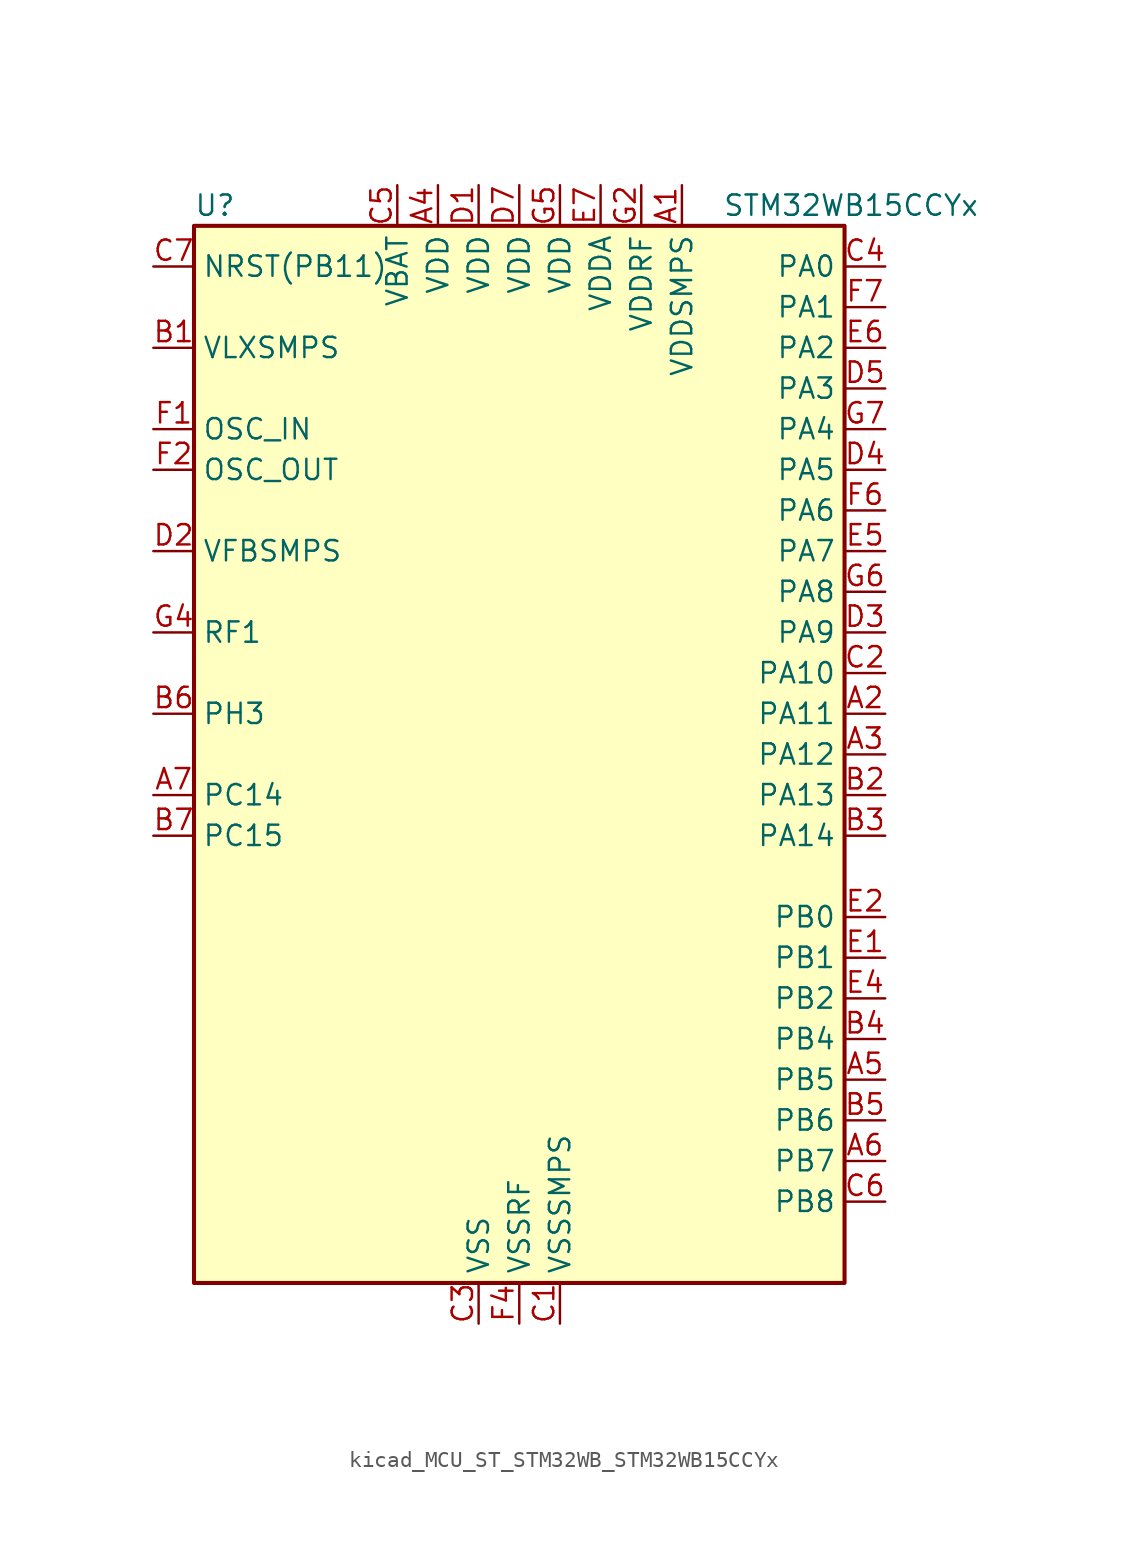
<source format=kicad_sym>
(kicad_symbol_lib
  (version 20220914)
  (generator kicad_symbol_editor)
  (symbol "kicad_MCU_ST_STM32WB_STM32WB15CCYx"
    (property "Reference" "U"
      (at -20.32 34.29 0)
      (effects (font (size 1.27 1.27)) (justify left)))
    (property "Value" "STM32WB15CCYx"
      (at 12.7 34.29 0)
      (effects (font (size 1.27 1.27)) (justify left)))
    (property "ki_locked" ""
      (at 0 0 0)
      (effects (font (size 1.27 1.27))))
    (symbol "kicad_MCU_ST_STM32WB_STM32WB15CCYx_0_1"
      (rectangle (start -20.32 -33.02) (end 20.32 33.02) (stroke (width 0.254) (type default)) (fill (type background))))
    (symbol "kicad_MCU_ST_STM32WB_STM32WB15CCYx_1_1"
      (pin power_in line (at 10.16 35.56 270) (length 2.54) (name "VDDSMPS" (effects (font (size 1.27 1.27)))) (number "A1" (effects (font (size 1.27 1.27)))))
      (pin bidirectional line (at 22.86 2.54 180) (length 2.54) (name "PA11" (effects (font (size 1.27 1.27)))) (number "A2" (effects (font (size 1.27 1.27)))) (alternate "ADC1_EXTI11" bidirectional line) (alternate "SPI1_MISO" bidirectional line) (alternate "TIM1_BKIN2" bidirectional line) (alternate "TIM1_CH4" bidirectional line) (alternate "USART1_CTS" bidirectional line) (alternate "USART1_NSS" bidirectional line))
      (pin bidirectional line (at 22.86 0 180) (length 2.54) (name "PA12" (effects (font (size 1.27 1.27)))) (number "A3" (effects (font (size 1.27 1.27)))) (alternate "LPUART1_RX" bidirectional line) (alternate "SPI1_MOSI" bidirectional line) (alternate "TIM1_ETR" bidirectional line) (alternate "USART1_DE" bidirectional line) (alternate "USART1_RTS" bidirectional line))
      (pin power_in line (at -5.08 35.56 270) (length 2.54) (name "VDD" (effects (font (size 1.27 1.27)))) (number "A4" (effects (font (size 1.27 1.27)))))
      (pin bidirectional line (at 22.86 -20.32 180) (length 2.54) (name "PB5" (effects (font (size 1.27 1.27)))) (number "A5" (effects (font (size 1.27 1.27)))) (alternate "I2C1_SMBA" bidirectional line) (alternate "LPTIM1_IN1" bidirectional line) (alternate "LPUART1_TX" bidirectional line) (alternate "SPI1_MOSI" bidirectional line) (alternate "TSC_G2_IO2" bidirectional line) (alternate "USART1_CK" bidirectional line))
      (pin bidirectional line (at 22.86 -25.4 180) (length 2.54) (name "PB7" (effects (font (size 1.27 1.27)))) (number "A6" (effects (font (size 1.27 1.27)))) (alternate "I2C1_SDA" bidirectional line) (alternate "LPTIM1_IN2" bidirectional line) (alternate "SYS_PVD_IN" bidirectional line) (alternate "TIM1_BKIN" bidirectional line) (alternate "TIM1_CH3" bidirectional line) (alternate "TSC_G2_IO4" bidirectional line) (alternate "USART1_RX" bidirectional line))
      (pin bidirectional line (at -22.86 -2.54 0) (length 2.54) (name "PC14" (effects (font (size 1.27 1.27)))) (number "A7" (effects (font (size 1.27 1.27)))) (alternate "RCC_OSC32_IN" bidirectional line))
      (pin power_in line (at -22.86 25.4 0) (length 2.54) (name "VLXSMPS" (effects (font (size 1.27 1.27)))) (number "B1" (effects (font (size 1.27 1.27)))))
      (pin bidirectional line (at 22.86 -2.54 180) (length 2.54) (name "PA13" (effects (font (size 1.27 1.27)))) (number "B2" (effects (font (size 1.27 1.27)))) (alternate "SPI1_MOSI" bidirectional line) (alternate "SYS_JTMS-SWDIO" bidirectional line) (alternate "TSC_G7_IO1" bidirectional line))
      (pin bidirectional line (at 22.86 -5.08 180) (length 2.54) (name "PA14" (effects (font (size 1.27 1.27)))) (number "B3" (effects (font (size 1.27 1.27)))) (alternate "I2C1_SMBA" bidirectional line) (alternate "LPTIM1_OUT" bidirectional line) (alternate "SPI1_NSS" bidirectional line) (alternate "SYS_JTCK-SWCLK" bidirectional line))
      (pin bidirectional line (at 22.86 -17.78 180) (length 2.54) (name "PB4" (effects (font (size 1.27 1.27)))) (number "B4" (effects (font (size 1.27 1.27)))) (alternate "SPI1_MISO" bidirectional line) (alternate "SYS_JTRST" bidirectional line) (alternate "TSC_G2_IO1" bidirectional line) (alternate "USART1_CTS" bidirectional line) (alternate "USART1_NSS" bidirectional line))
      (pin bidirectional line (at 22.86 -22.86 180) (length 2.54) (name "PB6" (effects (font (size 1.27 1.27)))) (number "B5" (effects (font (size 1.27 1.27)))) (alternate "I2C1_SCL" bidirectional line) (alternate "LPTIM1_ETR" bidirectional line) (alternate "RCC_MCO" bidirectional line) (alternate "SPI1_NSS" bidirectional line) (alternate "TSC_G2_IO3" bidirectional line) (alternate "USART1_TX" bidirectional line))
      (pin bidirectional line (at -22.86 2.54 0) (length 2.54) (name "PH3" (effects (font (size 1.27 1.27)))) (number "B6" (effects (font (size 1.27 1.27)))) (alternate "RCC_LSCO" bidirectional line))
      (pin bidirectional line (at -22.86 -5.08 0) (length 2.54) (name "PC15" (effects (font (size 1.27 1.27)))) (number "B7" (effects (font (size 1.27 1.27)))) (alternate "RCC_OSC32_OUT" bidirectional line))
      (pin power_in line (at 2.54 -35.56 90) (length 2.54) (name "VSSSMPS" (effects (font (size 1.27 1.27)))) (number "C1" (effects (font (size 1.27 1.27)))))
      (pin bidirectional line (at 22.86 5.08 180) (length 2.54) (name "PA10" (effects (font (size 1.27 1.27)))) (number "C2" (effects (font (size 1.27 1.27)))) (alternate "I2C1_SDA" bidirectional line) (alternate "TIM1_CH3" bidirectional line) (alternate "TSC_G7_IO2" bidirectional line) (alternate "USART1_RX" bidirectional line))
      (pin power_in line (at -2.54 -35.56 90) (length 2.54) (name "VSS" (effects (font (size 1.27 1.27)))) (number "C3" (effects (font (size 1.27 1.27)))))
      (pin bidirectional line (at 22.86 30.48 180) (length 2.54) (name "PA0" (effects (font (size 1.27 1.27)))) (number "C4" (effects (font (size 1.27 1.27)))) (alternate "ADC1_IN5" bidirectional line) (alternate "COMP1_INM" bidirectional line) (alternate "COMP1_OUT" bidirectional line) (alternate "RTC_TAMP2" bidirectional line) (alternate "SYS_WKUP1" bidirectional line) (alternate "TIM2_CH1" bidirectional line) (alternate "TIM2_ETR" bidirectional line))
      (pin power_in line (at -7.62 35.56 270) (length 2.54) (name "VBAT" (effects (font (size 1.27 1.27)))) (number "C5" (effects (font (size 1.27 1.27)))))
      (pin bidirectional line (at 22.86 -27.94 180) (length 2.54) (name "PB8" (effects (font (size 1.27 1.27)))) (number "C6" (effects (font (size 1.27 1.27)))) (alternate "I2C1_SCL" bidirectional line) (alternate "TIM1_CH2N" bidirectional line) (alternate "TSC_G7_IO3" bidirectional line))
      (pin input line (at -22.86 30.48 0) (length 2.54) (name "NRST(PB11)" (effects (font (size 1.27 1.27)))) (number "C7" (effects (font (size 1.27 1.27)))))
      (pin power_in line (at -2.54 35.56 270) (length 2.54) (name "VDD" (effects (font (size 1.27 1.27)))) (number "D1" (effects (font (size 1.27 1.27)))))
      (pin input line (at -22.86 12.7 0) (length 2.54) (name "VFBSMPS" (effects (font (size 1.27 1.27)))) (number "D2" (effects (font (size 1.27 1.27)))))
      (pin bidirectional line (at 22.86 7.62 180) (length 2.54) (name "PA9" (effects (font (size 1.27 1.27)))) (number "D3" (effects (font (size 1.27 1.27)))) (alternate "ADC1_IN4" bidirectional line) (alternate "COMP1_INM" bidirectional line) (alternate "I2C1_SCL" bidirectional line) (alternate "TIM1_CH2" bidirectional line) (alternate "USART1_TX" bidirectional line))
      (pin bidirectional line (at 22.86 17.78 180) (length 2.54) (name "PA5" (effects (font (size 1.27 1.27)))) (number "D4" (effects (font (size 1.27 1.27)))) (alternate "ADC1_IN10" bidirectional line) (alternate "COMP1_INM" bidirectional line) (alternate "LPTIM2_ETR" bidirectional line) (alternate "SPI1_MOSI" bidirectional line) (alternate "SPI1_SCK" bidirectional line) (alternate "TIM2_CH1" bidirectional line) (alternate "TIM2_ETR" bidirectional line))
      (pin bidirectional line (at 22.86 22.86 180) (length 2.54) (name "PA3" (effects (font (size 1.27 1.27)))) (number "D5" (effects (font (size 1.27 1.27)))) (alternate "ADC1_IN8" bidirectional line) (alternate "LPUART1_RX" bidirectional line) (alternate "TIM2_CH4" bidirectional line))
      (pin passive line (at -2.54 -35.56 90) (length 2.54) hide (name "VSS" (effects (font (size 1.27 1.27)))) (number "D6" (effects (font (size 1.27 1.27)))))
      (pin power_in line (at 0 35.56 270) (length 2.54) (name "VDD" (effects (font (size 1.27 1.27)))) (number "D7" (effects (font (size 1.27 1.27)))))
      (pin bidirectional line (at 22.86 -12.7 180) (length 2.54) (name "PB1" (effects (font (size 1.27 1.27)))) (number "E1" (effects (font (size 1.27 1.27)))) (alternate "LPTIM2_IN1" bidirectional line) (alternate "LPUART1_DE" bidirectional line) (alternate "LPUART1_RTS" bidirectional line))
      (pin bidirectional line (at 22.86 -10.16 180) (length 2.54) (name "PB0" (effects (font (size 1.27 1.27)))) (number "E2" (effects (font (size 1.27 1.27)))) (alternate "COMP1_OUT" bidirectional line) (alternate "RF_TX_MOD_EXT_PA" bidirectional line))
      (pin no_connect line (at -20.32 -33.02 0) (length 2.54) hide (name "AT0" (effects (font (size 1.27 1.27)))) (number "E3" (effects (font (size 1.27 1.27)))))
      (pin bidirectional line (at 22.86 -15.24 180) (length 2.54) (name "PB2" (effects (font (size 1.27 1.27)))) (number "E4" (effects (font (size 1.27 1.27)))) (alternate "COMP1_INP" bidirectional line) (alternate "LPTIM1_OUT" bidirectional line) (alternate "RTC_OUT" bidirectional line) (alternate "SPI1_NSS" bidirectional line))
      (pin bidirectional line (at 22.86 12.7 180) (length 2.54) (name "PA7" (effects (font (size 1.27 1.27)))) (number "E5" (effects (font (size 1.27 1.27)))) (alternate "ADC1_IN2" bidirectional line) (alternate "SPI1_MOSI" bidirectional line) (alternate "TIM1_CH1N" bidirectional line))
      (pin bidirectional line (at 22.86 25.4 180) (length 2.54) (name "PA2" (effects (font (size 1.27 1.27)))) (number "E6" (effects (font (size 1.27 1.27)))) (alternate "ADC1_IN7" bidirectional line) (alternate "LPUART1_TX" bidirectional line) (alternate "RCC_LSCO" bidirectional line) (alternate "SYS_WKUP4" bidirectional line) (alternate "TIM2_CH3" bidirectional line))
      (pin power_in line (at 5.08 35.56 270) (length 2.54) (name "VDDA" (effects (font (size 1.27 1.27)))) (number "E7" (effects (font (size 1.27 1.27)))))
      (pin input line (at -22.86 20.32 0) (length 2.54) (name "OSC_IN" (effects (font (size 1.27 1.27)))) (number "F1" (effects (font (size 1.27 1.27)))) (alternate "RCC_OSC_IN" bidirectional line))
      (pin input line (at -22.86 17.78 0) (length 2.54) (name "OSC_OUT" (effects (font (size 1.27 1.27)))) (number "F2" (effects (font (size 1.27 1.27)))) (alternate "RCC_OSC_OUT" bidirectional line))
      (pin no_connect line (at -20.32 -30.48 0) (length 2.54) hide (name "AT1" (effects (font (size 1.27 1.27)))) (number "F3" (effects (font (size 1.27 1.27)))))
      (pin power_in line (at 0 -35.56 90) (length 2.54) (name "VSSRF" (effects (font (size 1.27 1.27)))) (number "F4" (effects (font (size 1.27 1.27)))))
      (pin passive line (at -2.54 -35.56 90) (length 2.54) hide (name "VSS" (effects (font (size 1.27 1.27)))) (number "F5" (effects (font (size 1.27 1.27)))))
      (pin bidirectional line (at 22.86 15.24 180) (length 2.54) (name "PA6" (effects (font (size 1.27 1.27)))) (number "F6" (effects (font (size 1.27 1.27)))) (alternate "ADC1_IN11" bidirectional line) (alternate "LPUART1_CTS" bidirectional line) (alternate "SPI1_MISO" bidirectional line) (alternate "TIM1_BKIN" bidirectional line))
      (pin bidirectional line (at 22.86 27.94 180) (length 2.54) (name "PA1" (effects (font (size 1.27 1.27)))) (number "F7" (effects (font (size 1.27 1.27)))) (alternate "ADC1_IN6" bidirectional line) (alternate "COMP1_INP" bidirectional line) (alternate "I2C1_SMBA" bidirectional line) (alternate "SPI1_SCK" bidirectional line) (alternate "TIM2_CH2" bidirectional line))
      (pin passive line (at 0 -35.56 90) (length 2.54) hide (name "VSSRF" (effects (font (size 1.27 1.27)))) (number "G1" (effects (font (size 1.27 1.27)))))
      (pin power_in line (at 7.62 35.56 270) (length 2.54) (name "VDDRF" (effects (font (size 1.27 1.27)))) (number "G2" (effects (font (size 1.27 1.27)))))
      (pin passive line (at 0 -35.56 90) (length 2.54) hide (name "VSSRF" (effects (font (size 1.27 1.27)))) (number "G3" (effects (font (size 1.27 1.27)))))
      (pin bidirectional line (at -22.86 7.62 0) (length 2.54) (name "RF1" (effects (font (size 1.27 1.27)))) (number "G4" (effects (font (size 1.27 1.27)))) (alternate "RF_RF1" bidirectional line))
      (pin power_in line (at 2.54 35.56 270) (length 2.54) (name "VDD" (effects (font (size 1.27 1.27)))) (number "G5" (effects (font (size 1.27 1.27)))))
      (pin bidirectional line (at 22.86 10.16 180) (length 2.54) (name "PA8" (effects (font (size 1.27 1.27)))) (number "G6" (effects (font (size 1.27 1.27)))) (alternate "ADC1_IN3" bidirectional line) (alternate "LPTIM2_OUT" bidirectional line) (alternate "RCC_MCO" bidirectional line) (alternate "TIM1_CH1" bidirectional line) (alternate "USART1_CK" bidirectional line))
      (pin bidirectional line (at 22.86 20.32 180) (length 2.54) (name "PA4" (effects (font (size 1.27 1.27)))) (number "G7" (effects (font (size 1.27 1.27)))) (alternate "ADC1_IN9" bidirectional line) (alternate "COMP1_INM" bidirectional line) (alternate "LPTIM2_OUT" bidirectional line) (alternate "SPI1_NSS" bidirectional line)))))
</source>
